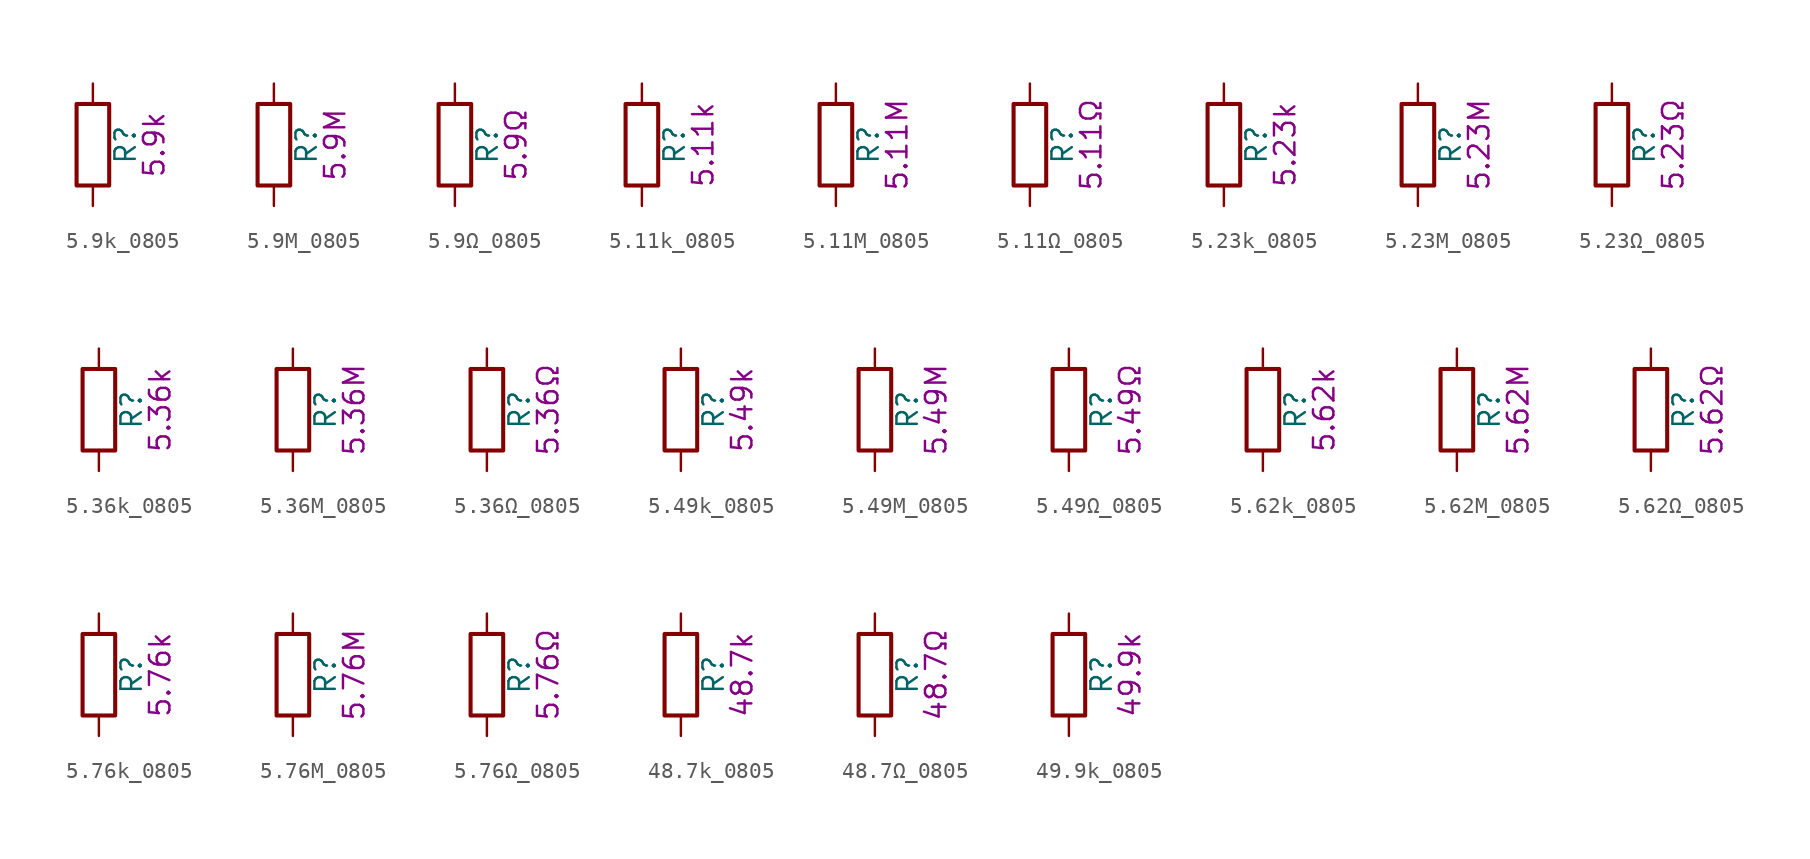
<source format=kicad_sym>
(kicad_symbol_lib
  (version 20211014)
  (generator kicad_symbol_editor)
  (symbol "5.9k_0805"
    (pin_numbers hide)
    (pin_names
      (offset 0))
    (property "Reference" "R"
      (at 2.032 0 90)
      (effects (font (size 1.27 1.27))))
    (property "Display" "5.9k"
      (at 3.81 0 90)
      (effects (font (size 1.27 1.27))))
    (symbol "5.9k_0805_0_1"
      (rectangle (start -1.016 -2.54) (end 1.016 2.54) (stroke (width 0.254) (type default) (color 0 0 0 0)) (fill (type none))))
    (symbol "5.9k_0805_1_1"
      (pin passive line (at 0 3.81 270) (length 1.27) (name "~" (effects (font (size 1.27 1.27)))) (number "1" (effects (font (size 1.27 1.27)))))
      (pin passive line (at 0 -3.81 90) (length 1.27) (name "~" (effects (font (size 1.27 1.27)))) (number "2" (effects (font (size 1.27 1.27)))))))
  (symbol "5.9M_0805"
    (pin_numbers hide)
    (pin_names
      (offset 0))
    (property "Reference" "R"
      (at 2.032 0 90)
      (effects (font (size 1.27 1.27))))
    (property "Display" "5.9M"
      (at 3.81 0 90)
      (effects (font (size 1.27 1.27))))
    (symbol "5.9M_0805_0_1"
      (rectangle (start -1.016 -2.54) (end 1.016 2.54) (stroke (width 0.254) (type default) (color 0 0 0 0)) (fill (type none))))
    (symbol "5.9M_0805_1_1"
      (pin passive line (at 0 3.81 270) (length 1.27) (name "~" (effects (font (size 1.27 1.27)))) (number "1" (effects (font (size 1.27 1.27)))))
      (pin passive line (at 0 -3.81 90) (length 1.27) (name "~" (effects (font (size 1.27 1.27)))) (number "2" (effects (font (size 1.27 1.27)))))))
  (symbol "5.9Ω_0805"
    (pin_numbers hide)
    (pin_names
      (offset 0))
    (property "Reference" "R"
      (at 2.032 0 90)
      (effects (font (size 1.27 1.27))))
    (property "Display" "5.9Ω"
      (at 3.81 0 90)
      (effects (font (size 1.27 1.27))))
    (symbol "5.9Ω_0805_0_1"
      (rectangle (start -1.016 -2.54) (end 1.016 2.54) (stroke (width 0.254) (type default) (color 0 0 0 0)) (fill (type none))))
    (symbol "5.9Ω_0805_1_1"
      (pin passive line (at 0 3.81 270) (length 1.27) (name "~" (effects (font (size 1.27 1.27)))) (number "1" (effects (font (size 1.27 1.27)))))
      (pin passive line (at 0 -3.81 90) (length 1.27) (name "~" (effects (font (size 1.27 1.27)))) (number "2" (effects (font (size 1.27 1.27)))))))
  (symbol "5.11k_0805"
    (pin_numbers hide)
    (pin_names
      (offset 0))
    (property "Reference" "R"
      (at 2.032 0 90)
      (effects (font (size 1.27 1.27))))
    (property "Display" "5.11k"
      (at 3.81 0 90)
      (effects (font (size 1.27 1.27))))
    (symbol "5.11k_0805_0_1"
      (rectangle (start -1.016 -2.54) (end 1.016 2.54) (stroke (width 0.254) (type default) (color 0 0 0 0)) (fill (type none))))
    (symbol "5.11k_0805_1_1"
      (pin passive line (at 0 3.81 270) (length 1.27) (name "~" (effects (font (size 1.27 1.27)))) (number "1" (effects (font (size 1.27 1.27)))))
      (pin passive line (at 0 -3.81 90) (length 1.27) (name "~" (effects (font (size 1.27 1.27)))) (number "2" (effects (font (size 1.27 1.27)))))))
  (symbol "5.11M_0805"
    (pin_numbers hide)
    (pin_names
      (offset 0))
    (property "Reference" "R"
      (at 2.032 0 90)
      (effects (font (size 1.27 1.27))))
    (property "Display" "5.11M"
      (at 3.81 0 90)
      (effects (font (size 1.27 1.27))))
    (symbol "5.11M_0805_0_1"
      (rectangle (start -1.016 -2.54) (end 1.016 2.54) (stroke (width 0.254) (type default) (color 0 0 0 0)) (fill (type none))))
    (symbol "5.11M_0805_1_1"
      (pin passive line (at 0 3.81 270) (length 1.27) (name "~" (effects (font (size 1.27 1.27)))) (number "1" (effects (font (size 1.27 1.27)))))
      (pin passive line (at 0 -3.81 90) (length 1.27) (name "~" (effects (font (size 1.27 1.27)))) (number "2" (effects (font (size 1.27 1.27)))))))
  (symbol "5.11Ω_0805"
    (pin_numbers hide)
    (pin_names
      (offset 0))
    (property "Reference" "R"
      (at 2.032 0 90)
      (effects (font (size 1.27 1.27))))
    (property "Display" "5.11Ω"
      (at 3.81 0 90)
      (effects (font (size 1.27 1.27))))
    (symbol "5.11Ω_0805_0_1"
      (rectangle (start -1.016 -2.54) (end 1.016 2.54) (stroke (width 0.254) (type default) (color 0 0 0 0)) (fill (type none))))
    (symbol "5.11Ω_0805_1_1"
      (pin passive line (at 0 3.81 270) (length 1.27) (name "~" (effects (font (size 1.27 1.27)))) (number "1" (effects (font (size 1.27 1.27)))))
      (pin passive line (at 0 -3.81 90) (length 1.27) (name "~" (effects (font (size 1.27 1.27)))) (number "2" (effects (font (size 1.27 1.27)))))))
  (symbol "5.23k_0805"
    (pin_numbers hide)
    (pin_names
      (offset 0))
    (property "Reference" "R"
      (at 2.032 0 90)
      (effects (font (size 1.27 1.27))))
    (property "Display" "5.23k"
      (at 3.81 0 90)
      (effects (font (size 1.27 1.27))))
    (symbol "5.23k_0805_0_1"
      (rectangle (start -1.016 -2.54) (end 1.016 2.54) (stroke (width 0.254) (type default) (color 0 0 0 0)) (fill (type none))))
    (symbol "5.23k_0805_1_1"
      (pin passive line (at 0 3.81 270) (length 1.27) (name "~" (effects (font (size 1.27 1.27)))) (number "1" (effects (font (size 1.27 1.27)))))
      (pin passive line (at 0 -3.81 90) (length 1.27) (name "~" (effects (font (size 1.27 1.27)))) (number "2" (effects (font (size 1.27 1.27)))))))
  (symbol "5.23M_0805"
    (pin_numbers hide)
    (pin_names
      (offset 0))
    (property "Reference" "R"
      (at 2.032 0 90)
      (effects (font (size 1.27 1.27))))
    (property "Display" "5.23M"
      (at 3.81 0 90)
      (effects (font (size 1.27 1.27))))
    (symbol "5.23M_0805_0_1"
      (rectangle (start -1.016 -2.54) (end 1.016 2.54) (stroke (width 0.254) (type default) (color 0 0 0 0)) (fill (type none))))
    (symbol "5.23M_0805_1_1"
      (pin passive line (at 0 3.81 270) (length 1.27) (name "~" (effects (font (size 1.27 1.27)))) (number "1" (effects (font (size 1.27 1.27)))))
      (pin passive line (at 0 -3.81 90) (length 1.27) (name "~" (effects (font (size 1.27 1.27)))) (number "2" (effects (font (size 1.27 1.27)))))))
  (symbol "5.23Ω_0805"
    (pin_numbers hide)
    (pin_names
      (offset 0))
    (property "Reference" "R"
      (at 2.032 0 90)
      (effects (font (size 1.27 1.27))))
    (property "Display" "5.23Ω"
      (at 3.81 0 90)
      (effects (font (size 1.27 1.27))))
    (symbol "5.23Ω_0805_0_1"
      (rectangle (start -1.016 -2.54) (end 1.016 2.54) (stroke (width 0.254) (type default) (color 0 0 0 0)) (fill (type none))))
    (symbol "5.23Ω_0805_1_1"
      (pin passive line (at 0 3.81 270) (length 1.27) (name "~" (effects (font (size 1.27 1.27)))) (number "1" (effects (font (size 1.27 1.27)))))
      (pin passive line (at 0 -3.81 90) (length 1.27) (name "~" (effects (font (size 1.27 1.27)))) (number "2" (effects (font (size 1.27 1.27)))))))
  (symbol "5.36k_0805"
    (pin_numbers hide)
    (pin_names
      (offset 0))
    (property "Reference" "R"
      (at 2.032 0 90)
      (effects (font (size 1.27 1.27))))
    (property "Display" "5.36k"
      (at 3.81 0 90)
      (effects (font (size 1.27 1.27))))
    (symbol "5.36k_0805_0_1"
      (rectangle (start -1.016 -2.54) (end 1.016 2.54) (stroke (width 0.254) (type default) (color 0 0 0 0)) (fill (type none))))
    (symbol "5.36k_0805_1_1"
      (pin passive line (at 0 3.81 270) (length 1.27) (name "~" (effects (font (size 1.27 1.27)))) (number "1" (effects (font (size 1.27 1.27)))))
      (pin passive line (at 0 -3.81 90) (length 1.27) (name "~" (effects (font (size 1.27 1.27)))) (number "2" (effects (font (size 1.27 1.27)))))))
  (symbol "5.36M_0805"
    (pin_numbers hide)
    (pin_names
      (offset 0))
    (property "Reference" "R"
      (at 2.032 0 90)
      (effects (font (size 1.27 1.27))))
    (property "Display" "5.36M"
      (at 3.81 0 90)
      (effects (font (size 1.27 1.27))))
    (symbol "5.36M_0805_0_1"
      (rectangle (start -1.016 -2.54) (end 1.016 2.54) (stroke (width 0.254) (type default) (color 0 0 0 0)) (fill (type none))))
    (symbol "5.36M_0805_1_1"
      (pin passive line (at 0 3.81 270) (length 1.27) (name "~" (effects (font (size 1.27 1.27)))) (number "1" (effects (font (size 1.27 1.27)))))
      (pin passive line (at 0 -3.81 90) (length 1.27) (name "~" (effects (font (size 1.27 1.27)))) (number "2" (effects (font (size 1.27 1.27)))))))
  (symbol "5.36Ω_0805"
    (pin_numbers hide)
    (pin_names
      (offset 0))
    (property "Reference" "R"
      (at 2.032 0 90)
      (effects (font (size 1.27 1.27))))
    (property "Display" "5.36Ω"
      (at 3.81 0 90)
      (effects (font (size 1.27 1.27))))
    (symbol "5.36Ω_0805_0_1"
      (rectangle (start -1.016 -2.54) (end 1.016 2.54) (stroke (width 0.254) (type default) (color 0 0 0 0)) (fill (type none))))
    (symbol "5.36Ω_0805_1_1"
      (pin passive line (at 0 3.81 270) (length 1.27) (name "~" (effects (font (size 1.27 1.27)))) (number "1" (effects (font (size 1.27 1.27)))))
      (pin passive line (at 0 -3.81 90) (length 1.27) (name "~" (effects (font (size 1.27 1.27)))) (number "2" (effects (font (size 1.27 1.27)))))))
  (symbol "5.49k_0805"
    (pin_numbers hide)
    (pin_names
      (offset 0))
    (property "Reference" "R"
      (at 2.032 0 90)
      (effects (font (size 1.27 1.27))))
    (property "Display" "5.49k"
      (at 3.81 0 90)
      (effects (font (size 1.27 1.27))))
    (symbol "5.49k_0805_0_1"
      (rectangle (start -1.016 -2.54) (end 1.016 2.54) (stroke (width 0.254) (type default) (color 0 0 0 0)) (fill (type none))))
    (symbol "5.49k_0805_1_1"
      (pin passive line (at 0 3.81 270) (length 1.27) (name "~" (effects (font (size 1.27 1.27)))) (number "1" (effects (font (size 1.27 1.27)))))
      (pin passive line (at 0 -3.81 90) (length 1.27) (name "~" (effects (font (size 1.27 1.27)))) (number "2" (effects (font (size 1.27 1.27)))))))
  (symbol "5.49M_0805"
    (pin_numbers hide)
    (pin_names
      (offset 0))
    (property "Reference" "R"
      (at 2.032 0 90)
      (effects (font (size 1.27 1.27))))
    (property "Display" "5.49M"
      (at 3.81 0 90)
      (effects (font (size 1.27 1.27))))
    (symbol "5.49M_0805_0_1"
      (rectangle (start -1.016 -2.54) (end 1.016 2.54) (stroke (width 0.254) (type default) (color 0 0 0 0)) (fill (type none))))
    (symbol "5.49M_0805_1_1"
      (pin passive line (at 0 3.81 270) (length 1.27) (name "~" (effects (font (size 1.27 1.27)))) (number "1" (effects (font (size 1.27 1.27)))))
      (pin passive line (at 0 -3.81 90) (length 1.27) (name "~" (effects (font (size 1.27 1.27)))) (number "2" (effects (font (size 1.27 1.27)))))))
  (symbol "5.49Ω_0805"
    (pin_numbers hide)
    (pin_names
      (offset 0))
    (property "Reference" "R"
      (at 2.032 0 90)
      (effects (font (size 1.27 1.27))))
    (property "Display" "5.49Ω"
      (at 3.81 0 90)
      (effects (font (size 1.27 1.27))))
    (symbol "5.49Ω_0805_0_1"
      (rectangle (start -1.016 -2.54) (end 1.016 2.54) (stroke (width 0.254) (type default) (color 0 0 0 0)) (fill (type none))))
    (symbol "5.49Ω_0805_1_1"
      (pin passive line (at 0 3.81 270) (length 1.27) (name "~" (effects (font (size 1.27 1.27)))) (number "1" (effects (font (size 1.27 1.27)))))
      (pin passive line (at 0 -3.81 90) (length 1.27) (name "~" (effects (font (size 1.27 1.27)))) (number "2" (effects (font (size 1.27 1.27)))))))
  (symbol "5.62k_0805"
    (pin_numbers hide)
    (pin_names
      (offset 0))
    (property "Reference" "R"
      (at 2.032 0 90)
      (effects (font (size 1.27 1.27))))
    (property "Display" "5.62k"
      (at 3.81 0 90)
      (effects (font (size 1.27 1.27))))
    (symbol "5.62k_0805_0_1"
      (rectangle (start -1.016 -2.54) (end 1.016 2.54) (stroke (width 0.254) (type default) (color 0 0 0 0)) (fill (type none))))
    (symbol "5.62k_0805_1_1"
      (pin passive line (at 0 3.81 270) (length 1.27) (name "~" (effects (font (size 1.27 1.27)))) (number "1" (effects (font (size 1.27 1.27)))))
      (pin passive line (at 0 -3.81 90) (length 1.27) (name "~" (effects (font (size 1.27 1.27)))) (number "2" (effects (font (size 1.27 1.27)))))))
  (symbol "5.62M_0805"
    (pin_numbers hide)
    (pin_names
      (offset 0))
    (property "Reference" "R"
      (at 2.032 0 90)
      (effects (font (size 1.27 1.27))))
    (property "Display" "5.62M"
      (at 3.81 0 90)
      (effects (font (size 1.27 1.27))))
    (symbol "5.62M_0805_0_1"
      (rectangle (start -1.016 -2.54) (end 1.016 2.54) (stroke (width 0.254) (type default) (color 0 0 0 0)) (fill (type none))))
    (symbol "5.62M_0805_1_1"
      (pin passive line (at 0 3.81 270) (length 1.27) (name "~" (effects (font (size 1.27 1.27)))) (number "1" (effects (font (size 1.27 1.27)))))
      (pin passive line (at 0 -3.81 90) (length 1.27) (name "~" (effects (font (size 1.27 1.27)))) (number "2" (effects (font (size 1.27 1.27)))))))
  (symbol "5.62Ω_0805"
    (pin_numbers hide)
    (pin_names
      (offset 0))
    (property "Reference" "R"
      (at 2.032 0 90)
      (effects (font (size 1.27 1.27))))
    (property "Display" "5.62Ω"
      (at 3.81 0 90)
      (effects (font (size 1.27 1.27))))
    (symbol "5.62Ω_0805_0_1"
      (rectangle (start -1.016 -2.54) (end 1.016 2.54) (stroke (width 0.254) (type default) (color 0 0 0 0)) (fill (type none))))
    (symbol "5.62Ω_0805_1_1"
      (pin passive line (at 0 3.81 270) (length 1.27) (name "~" (effects (font (size 1.27 1.27)))) (number "1" (effects (font (size 1.27 1.27)))))
      (pin passive line (at 0 -3.81 90) (length 1.27) (name "~" (effects (font (size 1.27 1.27)))) (number "2" (effects (font (size 1.27 1.27)))))))
  (symbol "5.76k_0805"
    (pin_numbers hide)
    (pin_names
      (offset 0))
    (property "Reference" "R"
      (at 2.032 0 90)
      (effects (font (size 1.27 1.27))))
    (property "Display" "5.76k"
      (at 3.81 0 90)
      (effects (font (size 1.27 1.27))))
    (symbol "5.76k_0805_0_1"
      (rectangle (start -1.016 -2.54) (end 1.016 2.54) (stroke (width 0.254) (type default) (color 0 0 0 0)) (fill (type none))))
    (symbol "5.76k_0805_1_1"
      (pin passive line (at 0 3.81 270) (length 1.27) (name "~" (effects (font (size 1.27 1.27)))) (number "1" (effects (font (size 1.27 1.27)))))
      (pin passive line (at 0 -3.81 90) (length 1.27) (name "~" (effects (font (size 1.27 1.27)))) (number "2" (effects (font (size 1.27 1.27)))))))
  (symbol "5.76M_0805"
    (pin_numbers hide)
    (pin_names
      (offset 0))
    (property "Reference" "R"
      (at 2.032 0 90)
      (effects (font (size 1.27 1.27))))
    (property "Display" "5.76M"
      (at 3.81 0 90)
      (effects (font (size 1.27 1.27))))
    (symbol "5.76M_0805_0_1"
      (rectangle (start -1.016 -2.54) (end 1.016 2.54) (stroke (width 0.254) (type default) (color 0 0 0 0)) (fill (type none))))
    (symbol "5.76M_0805_1_1"
      (pin passive line (at 0 3.81 270) (length 1.27) (name "~" (effects (font (size 1.27 1.27)))) (number "1" (effects (font (size 1.27 1.27)))))
      (pin passive line (at 0 -3.81 90) (length 1.27) (name "~" (effects (font (size 1.27 1.27)))) (number "2" (effects (font (size 1.27 1.27)))))))
  (symbol "5.76Ω_0805"
    (pin_numbers hide)
    (pin_names
      (offset 0))
    (property "Reference" "R"
      (at 2.032 0 90)
      (effects (font (size 1.27 1.27))))
    (property "Display" "5.76Ω"
      (at 3.81 0 90)
      (effects (font (size 1.27 1.27))))
    (symbol "5.76Ω_0805_0_1"
      (rectangle (start -1.016 -2.54) (end 1.016 2.54) (stroke (width 0.254) (type default) (color 0 0 0 0)) (fill (type none))))
    (symbol "5.76Ω_0805_1_1"
      (pin passive line (at 0 3.81 270) (length 1.27) (name "~" (effects (font (size 1.27 1.27)))) (number "1" (effects (font (size 1.27 1.27)))))
      (pin passive line (at 0 -3.81 90) (length 1.27) (name "~" (effects (font (size 1.27 1.27)))) (number "2" (effects (font (size 1.27 1.27)))))))
  (symbol "48.7k_0805"
    (pin_numbers hide)
    (pin_names
      (offset 0))
    (property "Reference" "R"
      (at 2.032 0 90)
      (effects (font (size 1.27 1.27))))
    (property "Display" "48.7k"
      (at 3.81 0 90)
      (effects (font (size 1.27 1.27))))
    (symbol "48.7k_0805_0_1"
      (rectangle (start -1.016 -2.54) (end 1.016 2.54) (stroke (width 0.254) (type default) (color 0 0 0 0)) (fill (type none))))
    (symbol "48.7k_0805_1_1"
      (pin passive line (at 0 3.81 270) (length 1.27) (name "~" (effects (font (size 1.27 1.27)))) (number "1" (effects (font (size 1.27 1.27)))))
      (pin passive line (at 0 -3.81 90) (length 1.27) (name "~" (effects (font (size 1.27 1.27)))) (number "2" (effects (font (size 1.27 1.27)))))))
  (symbol "48.7Ω_0805"
    (pin_numbers hide)
    (pin_names
      (offset 0))
    (property "Reference" "R"
      (at 2.032 0 90)
      (effects (font (size 1.27 1.27))))
    (property "Display" "48.7Ω"
      (at 3.81 0 90)
      (effects (font (size 1.27 1.27))))
    (symbol "48.7Ω_0805_0_1"
      (rectangle (start -1.016 -2.54) (end 1.016 2.54) (stroke (width 0.254) (type default) (color 0 0 0 0)) (fill (type none))))
    (symbol "48.7Ω_0805_1_1"
      (pin passive line (at 0 3.81 270) (length 1.27) (name "~" (effects (font (size 1.27 1.27)))) (number "1" (effects (font (size 1.27 1.27)))))
      (pin passive line (at 0 -3.81 90) (length 1.27) (name "~" (effects (font (size 1.27 1.27)))) (number "2" (effects (font (size 1.27 1.27)))))))
  (symbol "49.9k_0805"
    (pin_numbers hide)
    (pin_names
      (offset 0))
    (property "Reference" "R"
      (at 2.032 0 90)
      (effects (font (size 1.27 1.27))))
    (property "Display" "49.9k"
      (at 3.81 0 90)
      (effects (font (size 1.27 1.27))))
    (symbol "49.9k_0805_0_1"
      (rectangle (start -1.016 -2.54) (end 1.016 2.54) (stroke (width 0.254) (type default) (color 0 0 0 0)) (fill (type none))))
    (symbol "49.9k_0805_1_1"
      (pin passive line (at 0 3.81 270) (length 1.27) (name "~" (effects (font (size 1.27 1.27)))) (number "1" (effects (font (size 1.27 1.27)))))
      (pin passive line (at 0 -3.81 90) (length 1.27) (name "~" (effects (font (size 1.27 1.27)))) (number "2" (effects (font (size 1.27 1.27))))))))
</source>
